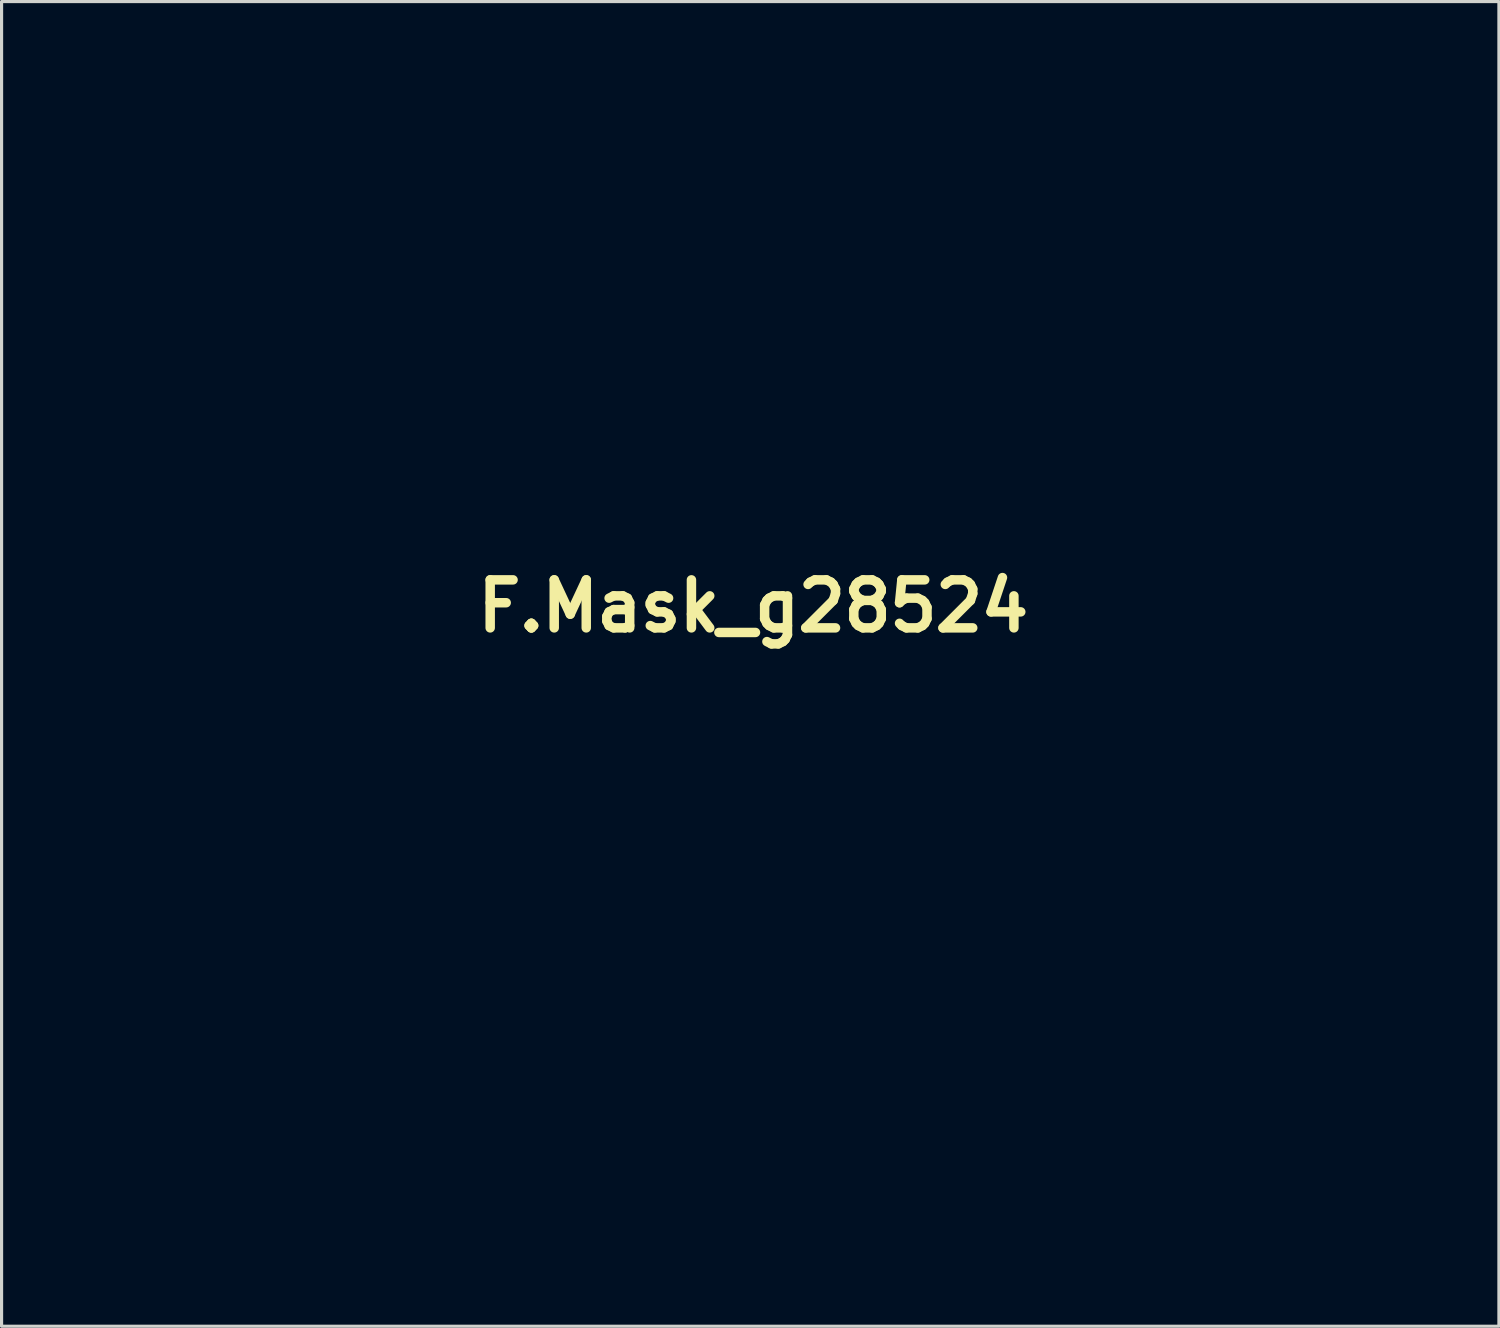
<source format=kicad_pcb>
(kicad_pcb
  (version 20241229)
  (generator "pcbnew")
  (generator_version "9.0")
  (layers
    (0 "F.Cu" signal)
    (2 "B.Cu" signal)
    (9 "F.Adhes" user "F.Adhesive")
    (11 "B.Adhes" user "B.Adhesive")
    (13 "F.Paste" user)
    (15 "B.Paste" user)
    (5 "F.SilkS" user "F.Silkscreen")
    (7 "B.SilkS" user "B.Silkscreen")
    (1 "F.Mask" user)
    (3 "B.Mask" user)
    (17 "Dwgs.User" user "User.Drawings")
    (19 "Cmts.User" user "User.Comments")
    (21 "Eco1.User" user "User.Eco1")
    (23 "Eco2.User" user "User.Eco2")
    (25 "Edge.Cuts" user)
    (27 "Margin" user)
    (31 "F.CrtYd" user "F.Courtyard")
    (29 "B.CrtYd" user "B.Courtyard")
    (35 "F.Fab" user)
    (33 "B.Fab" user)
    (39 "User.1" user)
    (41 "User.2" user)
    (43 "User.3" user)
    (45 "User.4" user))
  (footprint "F.Mask_g28524"
    (layer "F.Cu")
    (at 20.851 16.185)
    (property "Reference" "F.Mask_g28524" (at 0 0 0) (layer "F.SilkS") (effects (font (size 1.524 1.524) (thickness 0.3))))
    (attr through_hole)
    (fp_poly (pts (xy 19.334 5.877) (xy 19.467 5.887) (xy 19.573 5.906) (xy 19.659 5.935) (xy 19.733 5.977) (xy 19.785 6.019) (xy 19.844 6.08) (xy 19.886 6.147) (xy 19.911 6.226) (xy 19.919 6.321) (xy 19.91 6.435) (xy 19.884 6.573) (xy 19.84 6.74) (xy 19.778 6.939) (xy 19.75 7.024) (xy 19.635 7.354) (xy 19.499 7.713) (xy 19.347 8.094) (xy 19.181 8.491) (xy 19.004 8.897) (xy 18.819 9.307) (xy 18.629 9.713) (xy 18.436 10.111) (xy 18.244 10.492) (xy 18.055 10.851) (xy 17.873 11.183) (xy 17.711 11.462) (xy 17.57 11.694) (xy 17.421 11.936) (xy 17.266 12.184) (xy 17.107 12.434) (xy 16.948 12.683) (xy 16.789 12.927) (xy 16.635 13.162) (xy 16.486 13.386) (xy 16.345 13.593) (xy 16.215 13.782) (xy 16.099 13.948) (xy 15.997 14.088) (xy 15.913 14.198) (xy 15.861 14.262) (xy 15.801 14.331) (xy 15.543 13.934) (xy 15.387 13.69) (xy 15.253 13.477) (xy 15.139 13.29) (xy 15.043 13.124) (xy 14.963 12.975) (xy 14.897 12.839) (xy 14.842 12.712) (xy 14.796 12.589) (xy 14.758 12.465) (xy 14.725 12.337) (xy 14.709 12.266) (xy 14.686 12.115) (xy 14.678 11.931) (xy 14.683 11.72) (xy 14.7 11.49) (xy 14.73 11.247) (xy 14.771 10.999) (xy 14.824 10.751) (xy 14.827 10.737) (xy 14.937 10.34) (xy 15.074 9.937) (xy 15.238 9.533) (xy 15.425 9.132) (xy 15.632 8.739) (xy 15.856 8.359) (xy 16.094 7.997) (xy 16.345 7.657) (xy 16.604 7.344) (xy 16.869 7.062) (xy 17.137 6.817) (xy 17.201 6.765) (xy 17.356 6.649) (xy 17.534 6.527) (xy 17.729 6.404) (xy 17.931 6.285) (xy 18.133 6.174) (xy 18.326 6.076) (xy 18.504 5.996) (xy 18.657 5.937) (xy 18.665 5.934) (xy 18.741 5.91) (xy 18.806 5.894) (xy 18.871 5.883) (xy 18.946 5.877) (xy 19.042 5.874) (xy 19.166 5.874) (xy 19.334 5.877)) (stroke (width 0.01) (type solid)) (fill yes) (layer "F.Mask"))
    (fp_poly (pts (xy 19.102 -2.786) (xy 19.169 -2.764) (xy 19.228 -2.721) (xy 19.256 -2.692) (xy 19.318 -2.61) (xy 19.389 -2.491) (xy 19.467 -2.339) (xy 19.552 -2.158) (xy 19.64 -1.951) (xy 19.732 -1.724) (xy 19.825 -1.478) (xy 19.917 -1.22) (xy 20.008 -0.951) (xy 20.095 -0.678) (xy 20.177 -0.402) (xy 20.192 -0.352) (xy 20.236 -0.19) (xy 20.283 -0.01) (xy 20.332 0.184) (xy 20.381 0.386) (xy 20.43 0.592) (xy 20.477 0.795) (xy 20.521 0.992) (xy 20.56 1.176) (xy 20.595 1.344) (xy 20.623 1.49) (xy 20.644 1.608) (xy 20.656 1.694) (xy 20.659 1.734) (xy 20.655 1.759) (xy 20.643 1.785) (xy 20.617 1.818) (xy 20.573 1.86) (xy 20.508 1.918) (xy 20.416 1.994) (xy 20.336 2.059) (xy 20.158 2.203) (xy 19.959 2.363) (xy 19.742 2.537) (xy 19.511 2.72) (xy 19.271 2.909) (xy 19.028 3.101) (xy 18.784 3.293) (xy 18.545 3.48) (xy 18.314 3.659) (xy 18.098 3.827) (xy 17.899 3.981) (xy 17.722 4.116) (xy 17.572 4.23) (xy 17.522 4.267) (xy 17.213 4.476) (xy 16.894 4.65) (xy 16.569 4.787) (xy 16.244 4.884) (xy 16.178 4.899) (xy 16.053 4.92) (xy 15.914 4.934) (xy 15.776 4.942) (xy 15.652 4.942) (xy 15.554 4.933) (xy 15.55 4.932) (xy 15.471 4.911) (xy 15.38 4.879) (xy 15.334 4.858) (xy 15.208 4.774) (xy 15.092 4.653) (xy 14.987 4.496) (xy 14.894 4.309) (xy 14.816 4.094) (xy 14.754 3.855) (xy 14.711 3.596) (xy 14.71 3.59) (xy 14.695 3.409) (xy 14.691 3.2) (xy 14.697 2.977) (xy 14.712 2.755) (xy 14.737 2.546) (xy 14.764 2.392) (xy 14.891 1.88) (xy 15.057 1.369) (xy 15.261 0.864) (xy 15.5 0.37) (xy 15.772 -0.11) (xy 16.073 -0.57) (xy 16.402 -1.005) (xy 16.755 -1.412) (xy 16.859 -1.521) (xy 17.168 -1.82) (xy 17.47 -2.079) (xy 17.768 -2.296) (xy 18.061 -2.475) (xy 18.352 -2.614) (xy 18.641 -2.715) (xy 18.903 -2.774) (xy 19.017 -2.789) (xy 19.102 -2.786)) (stroke (width 0.01) (type solid)) (fill yes) (layer "F.Mask"))
    (fp_poly (pts (xy -11.502 -16.178) (xy -11.488 -16.166) (xy -11.479 -16.139) (xy -11.474 -16.093) (xy -11.474 -16.024) (xy -11.479 -15.929) (xy -11.488 -15.802) (xy -11.501 -15.641) (xy -11.515 -15.493) (xy -11.558 -15.044) (xy -11.6 -14.635) (xy -11.642 -14.262) (xy -11.685 -13.921) (xy -11.729 -13.61) (xy -11.774 -13.324) (xy -11.823 -13.062) (xy -11.874 -12.819) (xy -11.929 -12.593) (xy -11.989 -12.38) (xy -12.054 -12.177) (xy -12.125 -11.981) (xy -12.203 -11.789) (xy -12.288 -11.596) (xy -12.371 -11.419) (xy -12.53 -11.11) (xy -12.704 -10.801) (xy -12.888 -10.499) (xy -13.078 -10.21) (xy -13.27 -9.94) (xy -13.46 -9.697) (xy -13.643 -9.487) (xy -13.681 -9.446) (xy -13.8 -9.328) (xy -13.902 -9.241) (xy -13.993 -9.182) (xy -14.078 -9.148) (xy -14.164 -9.133) (xy -14.177 -9.133) (xy -14.243 -9.128) (xy -14.289 -9.116) (xy -14.33 -9.088) (xy -14.382 -9.036) (xy -14.392 -9.025) (xy -14.454 -8.958) (xy -14.512 -8.891) (xy -14.546 -8.849) (xy -14.602 -8.776) (xy -14.813 -8.875) (xy -14.903 -8.916) (xy -14.982 -8.949) (xy -15.041 -8.969) (xy -15.066 -8.975) (xy -15.109 -8.957) (xy -15.166 -8.908) (xy -15.233 -8.834) (xy -15.306 -8.741) (xy -15.378 -8.635) (xy -15.42 -8.565) (xy -15.51 -8.409) (xy -15.585 -8.286) (xy -15.651 -8.192) (xy -15.713 -8.124) (xy -15.778 -8.077) (xy -15.849 -8.047) (xy -15.934 -8.031) (xy -16.037 -8.024) (xy -16.165 -8.023) (xy -16.191 -8.023) (xy -16.356 -8.026) (xy -16.48 -8.034) (xy -16.564 -8.048) (xy -16.584 -8.054) (xy -16.675 -8.104) (xy -16.769 -8.191) (xy -16.861 -8.308) (xy -16.949 -8.45) (xy -17.028 -8.609) (xy -17.094 -8.781) (xy -17.133 -8.914) (xy -17.166 -9.056) (xy -17.192 -9.191) (xy -17.212 -9.331) (xy -17.226 -9.485) (xy -17.237 -9.664) (xy -17.242 -9.807) (xy -17.255 -10.171) (xy -16.941 -10.636) (xy -16.431 -11.358) (xy -15.882 -12.073) (xy -15.295 -12.778) (xy -14.673 -13.47) (xy -14.018 -14.147) (xy -13.747 -14.413) (xy -13.59 -14.563) (xy -13.42 -14.718) (xy -13.242 -14.876) (xy -13.058 -15.035) (xy -12.872 -15.194) (xy -12.685 -15.348) (xy -12.502 -15.496) (xy -12.325 -15.636) (xy -12.157 -15.765) (xy -12.001 -15.881) (xy -11.86 -15.982) (xy -11.738 -16.064) (xy -11.638 -16.126) (xy -11.561 -16.165) (xy -11.512 -16.18) (xy -11.502 -16.178)) (stroke (width 0.01) (type solid)) (fill yes) (layer "F.Mask"))
    (fp_poly (pts (xy -17.049 -6.205) (xy -16.949 -6.203) (xy -16.881 -6.199) (xy -16.85 -6.193) (xy -16.849 -6.191) (xy -16.859 -6.161) (xy -16.89 -6.096) (xy -16.942 -5.995) (xy -17.013 -5.86) (xy -17.104 -5.691) (xy -17.214 -5.488) (xy -17.343 -5.253) (xy -17.491 -4.986) (xy -17.609 -4.773) (xy -17.773 -4.477) (xy -17.917 -4.216) (xy -18.042 -3.987) (xy -18.15 -3.789) (xy -18.24 -3.618) (xy -18.314 -3.473) (xy -18.375 -3.352) (xy -18.421 -3.253) (xy -18.455 -3.173) (xy -18.478 -3.111) (xy -18.491 -3.064) (xy -18.493 -3.047) (xy -18.504 -2.951) (xy -18.332 -2.796) (xy -18.261 -2.728) (xy -18.201 -2.665) (xy -18.161 -2.615) (xy -18.148 -2.59) (xy -18.15 -2.54) (xy -18.182 -2.479) (xy -18.195 -2.461) (xy -18.244 -2.371) (xy -18.253 -2.282) (xy -18.222 -2.191) (xy -18.15 -2.098) (xy -18.036 -2.001) (xy -18.01 -1.982) (xy -17.867 -1.88) (xy -17.758 -1.799) (xy -17.679 -1.735) (xy -17.627 -1.687) (xy -17.599 -1.652) (xy -17.594 -1.636) (xy -17.602 -1.597) (xy -17.631 -1.523) (xy -17.683 -1.413) (xy -17.756 -1.267) (xy -17.85 -1.086) (xy -17.966 -0.869) (xy -18.104 -0.618) (xy -18.129 -0.572) (xy -18.215 -0.415) (xy -18.31 -0.237) (xy -18.408 -0.053) (xy -18.499 0.123) (xy -18.567 0.254) (xy -18.631 0.38) (xy -18.692 0.497) (xy -18.746 0.598) (xy -18.789 0.677) (xy -18.817 0.727) (xy -18.823 0.736) (xy -18.887 0.81) (xy -18.984 0.893) (xy -19.108 0.981) (xy -19.25 1.072) (xy -19.405 1.159) (xy -19.566 1.238) (xy -19.726 1.307) (xy -19.759 1.319) (xy -19.974 1.391) (xy -20.188 1.447) (xy -20.39 1.483) (xy -20.511 1.495) (xy -20.606 1.501) (xy -20.669 1.501) (xy -20.708 1.495) (xy -20.733 1.482) (xy -20.747 1.468) (xy -20.773 1.431) (xy -20.793 1.377) (xy -20.809 1.302) (xy -20.821 1.201) (xy -20.831 1.07) (xy -20.839 0.903) (xy -20.841 0.826) (xy -20.846 0.497) (xy -20.841 0.149) (xy -20.826 -0.209) (xy -20.802 -0.565) (xy -20.771 -0.908) (xy -20.732 -1.228) (xy -20.701 -1.429) (xy -20.606 -1.944) (xy -20.488 -2.49) (xy -20.348 -3.063) (xy -20.188 -3.658) (xy -20.009 -4.271) (xy -19.812 -4.898) (xy -19.605 -5.514) (xy -19.399 -6.107) (xy -19.061 -6.132) (xy -18.888 -6.144) (xy -18.7 -6.155) (xy -18.502 -6.165) (xy -18.298 -6.174) (xy -18.091 -6.183) (xy -17.886 -6.19) (xy -17.688 -6.196) (xy -17.501 -6.201) (xy -17.33 -6.204) (xy -17.177 -6.205) (xy -17.049 -6.205)) (stroke (width 0.01) (type solid)) (fill yes) (layer "F.Mask"))
    (fp_poly (pts (xy 12.199 12.605) (xy 12.299 12.606) (xy 12.371 12.61) (xy 12.425 12.616) (xy 12.468 12.626) (xy 12.508 12.641) (xy 12.552 12.662) (xy 12.556 12.664) (xy 12.655 12.724) (xy 12.743 12.803) (xy 12.827 12.909) (xy 12.91 13.046) (xy 12.966 13.155) (xy 13.015 13.254) (xy 13.054 13.341) (xy 13.085 13.419) (xy 13.108 13.497) (xy 13.126 13.579) (xy 13.138 13.674) (xy 13.147 13.785) (xy 13.153 13.921) (xy 13.157 14.087) (xy 13.16 14.272) (xy 13.163 14.536) (xy 13.162 14.763) (xy 13.158 14.959) (xy 13.148 15.131) (xy 13.134 15.283) (xy 13.114 15.422) (xy 13.089 15.553) (xy 13.057 15.683) (xy 13.05 15.71) (xy 12.953 16.029) (xy 12.839 16.351) (xy 12.709 16.671) (xy 12.568 16.982) (xy 12.418 17.277) (xy 12.263 17.551) (xy 12.105 17.797) (xy 11.947 18.009) (xy 11.909 18.055) (xy 11.766 18.204) (xy 11.584 18.358) (xy 11.368 18.517) (xy 11.119 18.678) (xy 10.842 18.838) (xy 10.541 18.997) (xy 10.217 19.152) (xy 9.875 19.3) (xy 9.694 19.374) (xy 9.373 19.496) (xy 9.079 19.597) (xy 8.807 19.678) (xy 8.549 19.741) (xy 8.297 19.789) (xy 8.045 19.822) (xy 7.789 19.842) (xy 7.695 19.847) (xy 7.631 19.847) (xy 7.586 19.84) (xy 7.547 19.824) (xy 7.504 19.797) (xy 7.493 19.79) (xy 7.447 19.759) (xy 7.372 19.709) (xy 7.276 19.645) (xy 7.165 19.572) (xy 7.046 19.493) (xy 7.016 19.473) (xy 6.873 19.378) (xy 6.762 19.303) (xy 6.679 19.245) (xy 6.62 19.201) (xy 6.582 19.168) (xy 6.561 19.141) (xy 6.554 19.12) (xy 6.556 19.099) (xy 6.561 19.084) (xy 6.579 19.045) (xy 6.616 18.972) (xy 6.671 18.868) (xy 6.742 18.736) (xy 6.827 18.579) (xy 6.924 18.401) (xy 7.032 18.203) (xy 7.15 17.99) (xy 7.274 17.763) (xy 7.405 17.527) (xy 7.541 17.284) (xy 7.678 17.036) (xy 7.817 16.788) (xy 7.955 16.542) (xy 8.091 16.301) (xy 8.222 16.067) (xy 8.348 15.845) (xy 8.452 15.663) (xy 8.609 15.391) (xy 8.751 15.151) (xy 8.881 14.939) (xy 9.004 14.751) (xy 9.122 14.581) (xy 9.239 14.424) (xy 9.359 14.275) (xy 9.485 14.13) (xy 9.621 13.983) (xy 9.77 13.829) (xy 9.81 13.79) (xy 10.098 13.516) (xy 10.38 13.276) (xy 10.654 13.072) (xy 10.918 12.904) (xy 11.171 12.772) (xy 11.411 12.68) (xy 11.504 12.653) (xy 11.584 12.635) (xy 11.659 12.622) (xy 11.74 12.613) (xy 11.836 12.608) (xy 11.958 12.605) (xy 12.065 12.605) (xy 12.199 12.605)) (stroke (width 0.01) (type solid)) (fill yes) (layer "F.Mask")))
  (gr_rect
    (start -3 -3)
    (end 44.515 39.036)
    (stroke (width 0.1) (type default))
    (fill no)
    (layer "Edge.Cuts")))
</source>
